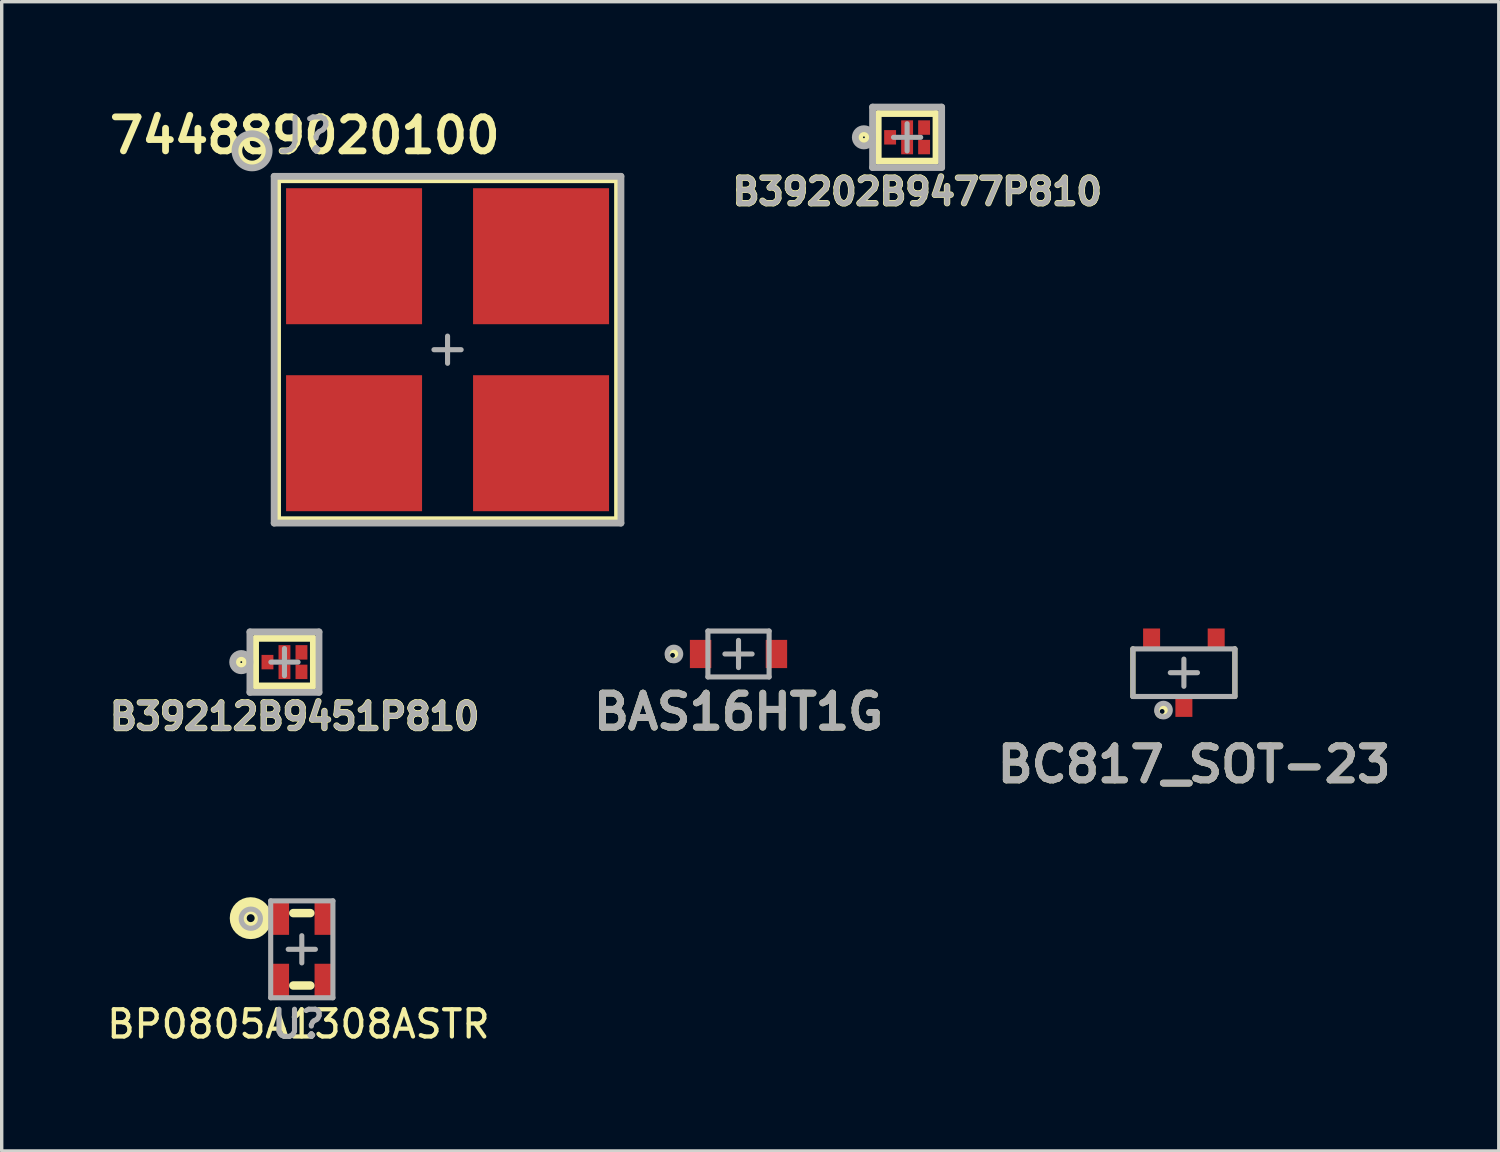
<source format=kicad_pcb>
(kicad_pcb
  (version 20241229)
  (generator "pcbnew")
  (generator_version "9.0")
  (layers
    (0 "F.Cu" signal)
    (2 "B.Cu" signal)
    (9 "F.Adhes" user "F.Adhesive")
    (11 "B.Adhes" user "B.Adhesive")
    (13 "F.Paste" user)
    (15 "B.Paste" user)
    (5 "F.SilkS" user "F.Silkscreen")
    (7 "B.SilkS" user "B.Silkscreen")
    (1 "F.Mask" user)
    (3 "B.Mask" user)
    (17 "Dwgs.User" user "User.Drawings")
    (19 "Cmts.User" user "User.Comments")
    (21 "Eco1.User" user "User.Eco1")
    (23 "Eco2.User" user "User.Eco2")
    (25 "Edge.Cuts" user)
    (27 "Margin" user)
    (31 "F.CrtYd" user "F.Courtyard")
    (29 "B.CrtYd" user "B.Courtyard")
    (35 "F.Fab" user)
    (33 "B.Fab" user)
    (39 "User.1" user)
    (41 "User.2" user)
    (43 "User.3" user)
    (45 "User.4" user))
  (footprint "B39202B9477P810"
    (layer "F.Cu")
    (at 23.631 0.989)
    (property "Reference" "B39202B9477P810" (at 0.3 1.6 0) (layer "F.SilkS") (effects (font (size 0.75 0.75) (thickness 0.188))))
    (attr through_hole)
    (fp_line (start -0.85 -0.7) (end -0.85 0.7) (stroke (width 0.2) (type solid)) (layer "F.SilkS"))
    (fp_line (start -0.85 -0.7) (end 0.85 -0.7) (stroke (width 0.2) (type solid)) (layer "F.SilkS"))
    (fp_line (start -0.85 0.7) (end 0.85 0.7) (stroke (width 0.2) (type solid)) (layer "F.SilkS"))
    (fp_line (start 0.85 -0.7) (end 0.85 0.7) (stroke (width 0.2) (type solid)) (layer "F.SilkS"))
    (fp_circle (center -1.27 0) (end -1.143 0) (stroke (width 0.2) (type solid)) (fill no) (layer "F.SilkS"))
    (fp_line (start -1.016 -0.889) (end -1.016 0.889) (stroke (width 0.2) (type solid)) (layer "F.Fab"))
    (fp_line (start -1.016 0.889) (end 1.016 0.889) (stroke (width 0.2) (type solid)) (layer "F.Fab"))
    (fp_line (start -0.4 0) (end 0.4 0) (stroke (width 0.15) (type solid)) (layer "F.Fab"))
    (fp_line (start 0 -0.4) (end 0 0.4) (stroke (width 0.15) (type solid)) (layer "F.Fab"))
    (fp_line (start 1.016 -0.889) (end -1.016 -0.889) (stroke (width 0.2) (type solid)) (layer "F.Fab"))
    (fp_line (start 1.016 0.889) (end 1.016 -0.889) (stroke (width 0.2) (type solid)) (layer "F.Fab"))
    (fp_circle (center -1.27 0) (end -1.524 0) (stroke (width 0.2) (type solid)) (fill no) (layer "F.Fab"))
    (fp_text user "${REFERENCE}" (at 0.3 1.6 0) (layer "F.Fab") (effects (font (size 0.75 0.75) (thickness 0.15))))
    (pad "1" smd rect (at -0.5 0) (size 0.35 0.425) (layers "F.Cu" "F.Mask" "F.Paste"))
    (pad "2" smd rect (at 0 0.287) (size 0.35 0.425) (layers "F.Cu" "F.Mask" "F.Paste"))
    (pad "3" smd rect (at 0.5 0.287) (size 0.35 0.425) (layers "F.Cu" "F.Mask" "F.Paste"))
    (pad "4" smd rect (at 0.5 -0.287) (size 0.35 0.425) (layers "F.Cu" "F.Mask" "F.Paste"))
    (pad "5" smd rect (at 0 -0.287) (size 0.35 0.425) (layers "F.Cu" "F.Mask" "F.Paste")))
  (footprint "BAS16HT1G"
    (layer "F.Cu")
    (at 18.672 16.186)
    (property "Reference" "BAS16HT1G" (at 0 1.7 0) (layer "F.SilkS") (effects (font (size 1 1) (thickness 0.2))))
    (attr through_hole)
    (fp_circle (center -1.94 0.04) (end -1.833 0.14) (stroke (width 0.152) (type solid)) (fill no) (layer "F.SilkS"))
    (fp_line (start -0.9 -0.675) (end -0.9 0.675) (stroke (width 0.15) (type solid)) (layer "F.Fab"))
    (fp_line (start -0.9 -0.675) (end 0.9 -0.675) (stroke (width 0.15) (type solid)) (layer "F.Fab"))
    (fp_line (start -0.9 0.675) (end 0.9 0.675) (stroke (width 0.15) (type solid)) (layer "F.Fab"))
    (fp_line (start -0.4 0) (end 0.4 0) (stroke (width 0.15) (type solid)) (layer "F.Fab"))
    (fp_line (start 0 -0.4) (end 0 0.4) (stroke (width 0.15) (type solid)) (layer "F.Fab"))
    (fp_line (start 0.9 -0.675) (end 0.9 0.675) (stroke (width 0.15) (type solid)) (layer "F.Fab"))
    (fp_circle (center -1.9 0) (end -1.7 0) (stroke (width 0.15) (type solid)) (fill no) (layer "F.Fab"))
    (fp_text user "${REFERENCE}" (at 0 1.7 0) (layer "F.Fab") (effects (font (size 1 1) (thickness 0.2))))
    (pad "1" smd rect (at -1.115 0) (size 0.63 0.83) (layers "F.Cu" "F.Mask" "F.Paste"))
    (pad "2" smd rect (at 1.115 0) (size 0.63 0.83) (layers "F.Cu" "F.Mask" "F.Paste")))
  (footprint "B39212B9451P810"
    (layer "F.Cu")
    (at 5.317 16.425)
    (property "Reference" "B39212B9451P810" (at 0.3 1.6 0) (layer "F.SilkS") (effects (font (size 0.75 0.75) (thickness 0.188))))
    (attr through_hole)
    (fp_line (start -0.85 -0.7) (end -0.85 0.7) (stroke (width 0.2) (type solid)) (layer "F.SilkS"))
    (fp_line (start -0.85 -0.7) (end 0.85 -0.7) (stroke (width 0.2) (type solid)) (layer "F.SilkS"))
    (fp_line (start -0.85 0.7) (end 0.85 0.7) (stroke (width 0.2) (type solid)) (layer "F.SilkS"))
    (fp_line (start 0.85 -0.7) (end 0.85 0.7) (stroke (width 0.2) (type solid)) (layer "F.SilkS"))
    (fp_circle (center -1.27 0) (end -1.143 0) (stroke (width 0.2) (type solid)) (fill no) (layer "F.SilkS"))
    (fp_line (start -1.016 -0.889) (end -1.016 0.889) (stroke (width 0.2) (type solid)) (layer "F.Fab"))
    (fp_line (start -1.016 0.889) (end 1.016 0.889) (stroke (width 0.2) (type solid)) (layer "F.Fab"))
    (fp_line (start -0.4 0) (end 0.4 0) (stroke (width 0.15) (type solid)) (layer "F.Fab"))
    (fp_line (start 0 -0.4) (end 0 0.4) (stroke (width 0.15) (type solid)) (layer "F.Fab"))
    (fp_line (start 1.016 -0.889) (end -1.016 -0.889) (stroke (width 0.2) (type solid)) (layer "F.Fab"))
    (fp_line (start 1.016 0.889) (end 1.016 -0.889) (stroke (width 0.2) (type solid)) (layer "F.Fab"))
    (fp_circle (center -1.27 0) (end -1.524 0) (stroke (width 0.2) (type solid)) (fill no) (layer "F.Fab"))
    (fp_text user "${REFERENCE}" (at 0.3 1.6 0) (layer "F.Fab") (effects (font (size 0.75 0.75) (thickness 0.15))))
    (pad "1" smd rect (at -0.5 0) (size 0.35 0.425) (layers "F.Cu" "F.Mask" "F.Paste"))
    (pad "2" smd rect (at 0 0.287) (size 0.35 0.425) (layers "F.Cu" "F.Mask" "F.Paste"))
    (pad "3" smd rect (at 0.5 0.287) (size 0.35 0.425) (layers "F.Cu" "F.Mask" "F.Paste"))
    (pad "4" smd rect (at 0.5 -0.287) (size 0.35 0.425) (layers "F.Cu" "F.Mask" "F.Paste"))
    (pad "5" smd rect (at 0 -0.287) (size 0.35 0.425) (layers "F.Cu" "F.Mask" "F.Paste")))
  (footprint "BC817_SOT-23"
    (layer "F.Cu")
    (at 31.772 16.736)
    (property "Reference" "BC817_SOT-23" (at 0.3 2.7 0) (layer "F.SilkS") (effects (font (size 1 1) (thickness 0.2))))
    (attr through_hole)
    (fp_line (start -1.5 0.7) (end -1.5 -0.7) (stroke (width 0.15) (type solid)) (layer "F.SilkS"))
    (fp_line (start 1.5 0.7) (end 1.5 -0.7) (stroke (width 0.15) (type solid)) (layer "F.SilkS"))
    (fp_circle (center -0.64 1.14) (end -0.533 1.24) (stroke (width 0.152) (type solid)) (fill no) (layer "F.SilkS"))
    (fp_line (start -1.5 -0.7) (end -1.5 0.7) (stroke (width 0.15) (type solid)) (layer "F.Fab"))
    (fp_line (start -1.5 -0.7) (end 1.5 -0.7) (stroke (width 0.15) (type solid)) (layer "F.Fab"))
    (fp_line (start -1.5 0.7) (end 1.5 0.7) (stroke (width 0.15) (type solid)) (layer "F.Fab"))
    (fp_line (start -0.4 0) (end 0.4 0) (stroke (width 0.15) (type solid)) (layer "F.Fab"))
    (fp_line (start 0 -0.4) (end 0 0.4) (stroke (width 0.15) (type solid)) (layer "F.Fab"))
    (fp_line (start 1.5 -0.7) (end 1.5 0.7) (stroke (width 0.15) (type solid)) (layer "F.Fab"))
    (fp_circle (center -0.6 1.1) (end -0.4 1.1) (stroke (width 0.15) (type solid)) (fill no) (layer "F.Fab"))
    (fp_text user "${REFERENCE}" (at 0.3 2.7 0) (layer "F.Fab") (effects (font (size 1 1) (thickness 0.2))))
    (pad "1" smd rect (at 0 1) (size 0.5 0.6) (layers "F.Cu" "F.Mask" "F.Paste"))
    (pad "2" smd rect (at 0.95 -1) (size 0.5 0.6) (layers "F.Cu" "F.Mask" "F.Paste"))
    (pad "3" smd rect (at -0.95 -1) (size 0.5 0.6) (layers "F.Cu" "F.Mask" "F.Paste")))
  (footprint "BP0805A1308ASTR"
    (layer "F.Cu")
    (at 5.827 24.872)
    (property "Reference" "BP0805A1308ASTR" (at -0.1 2.2 0) (layer "F.SilkS") (effects (font (size 0.8 0.8) (thickness 0.125))))
    (attr smd)
    (fp_line (start 0.25 -1.065) (end -0.25 -1.065) (stroke (width 0.25) (type solid)) (layer "F.SilkS"))
    (fp_line (start 0.25 1.065) (end -0.25 1.065) (stroke (width 0.25) (type solid)) (layer "F.SilkS"))
    (fp_circle (center -1.503 -0.916) (end -1.401 -0.972) (stroke (width 0.5) (type solid)) (fill no) (layer "F.SilkS"))
    (fp_line (start -0.915 1.425) (end -0.915 -1.425) (stroke (width 0.15) (type solid)) (layer "F.Fab"))
    (fp_line (start -0.4 0) (end 0.4 0) (stroke (width 0.15) (type solid)) (layer "F.Fab"))
    (fp_line (start 0 -0.4) (end 0 0.4) (stroke (width 0.15) (type solid)) (layer "F.Fab"))
    (fp_line (start 0.915 -1.425) (end -0.915 -1.425) (stroke (width 0.15) (type solid)) (layer "F.Fab"))
    (fp_line (start 0.915 1.425) (end -0.915 1.425) (stroke (width 0.15) (type solid)) (layer "F.Fab"))
    (fp_line (start 0.915 1.425) (end 0.915 -1.425) (stroke (width 0.15) (type solid)) (layer "F.Fab"))
    (fp_circle (center -1.5 -0.9) (end -1.3 -0.7) (stroke (width 0.15) (type solid)) (fill no) (layer "F.Fab"))
    (fp_text user "U?" (at -0.1 2.2 0) (layer "F.Fab") (effects (font (size 0.8 0.8) (thickness 0.15))))
    (pad "1" smd rect (at -0.645 -0.925) (size 0.54 1) (layers "F.Cu" "F.Mask" "F.Paste"))
    (pad "2" smd rect (at -0.645 0.925) (size 0.54 1) (layers "F.Cu" "F.Mask" "F.Paste"))
    (pad "3" smd rect (at 0.645 0.925) (size 0.54 1) (layers "F.Cu" "F.Mask" "F.Paste"))
    (pad "4" smd rect (at 0.645 -0.925) (size 0.54 1) (layers "F.Cu" "F.Mask" "F.Paste")))
  (footprint "744889020100"
    (layer "F.Cu")
    (at 10.114 7.236)
    (property "Reference" "744889020100" (at -4.2 -6.3 0) (layer "F.SilkS") (effects (font (size 1 1) (thickness 0.2))))
    (attr smd)
    (fp_line (start -5 -5) (end -5 5) (stroke (width 0.2) (type solid)) (layer "F.SilkS"))
    (fp_line (start -5 -5) (end 5 -5) (stroke (width 0.2) (type solid)) (layer "F.SilkS"))
    (fp_line (start 5 -5) (end 5 5) (stroke (width 0.2) (type solid)) (layer "F.SilkS"))
    (fp_line (start 5 5) (end -5 5) (stroke (width 0.2) (type solid)) (layer "F.SilkS"))
    (fp_circle (center -5.75 -5.85) (end -5.45 -5.6) (stroke (width 0.2) (type solid)) (fill no) (layer "F.SilkS"))
    (fp_line (start -5.1 5.1) (end -5.1 -5.1) (stroke (width 0.2) (type solid)) (layer "F.Fab"))
    (fp_line (start -5.1 5.1) (end 5.1 5.1) (stroke (width 0.2) (type solid)) (layer "F.Fab"))
    (fp_line (start -0.4 0) (end 0.4 0) (stroke (width 0.15) (type solid)) (layer "F.Fab"))
    (fp_line (start 0 -0.4) (end 0 0.4) (stroke (width 0.15) (type solid)) (layer "F.Fab"))
    (fp_line (start 5.1 -5.1) (end -5.1 -5.1) (stroke (width 0.2) (type solid)) (layer "F.Fab"))
    (fp_line (start 5.1 -5.1) (end 5.1 5.1) (stroke (width 0.2) (type solid)) (layer "F.Fab"))
    (fp_circle (center -5.75 -5.85) (end -5.25 -5.9) (stroke (width 0.2) (type solid)) (fill no) (layer "F.Fab"))
    (fp_text user "J?" (at -4.2 -6.3 0) (layer "F.Fab") (effects (font (size 1 1) (thickness 0.15))))
    (pad "1" smd rect (at -2.75 -2.75) (size 4 4) (layers "F.Cu" "F.Mask" "F.Paste"))
    (pad "2" smd rect (at -2.75 2.75) (size 4 4) (layers "F.Cu" "F.Mask" "F.Paste"))
    (pad "3" smd rect (at 2.75 2.75) (size 4 4) (layers "F.Cu" "F.Mask" "F.Paste"))
    (pad "4" smd rect (at 2.75 -2.75) (size 4 4) (layers "F.Cu" "F.Mask" "F.Paste")))
  (gr_rect
    (start -3 -3)
    (end 41.034 30.803)
    (stroke (width 0.1) (type default))
    (fill no)
    (layer "Edge.Cuts")))
</source>
